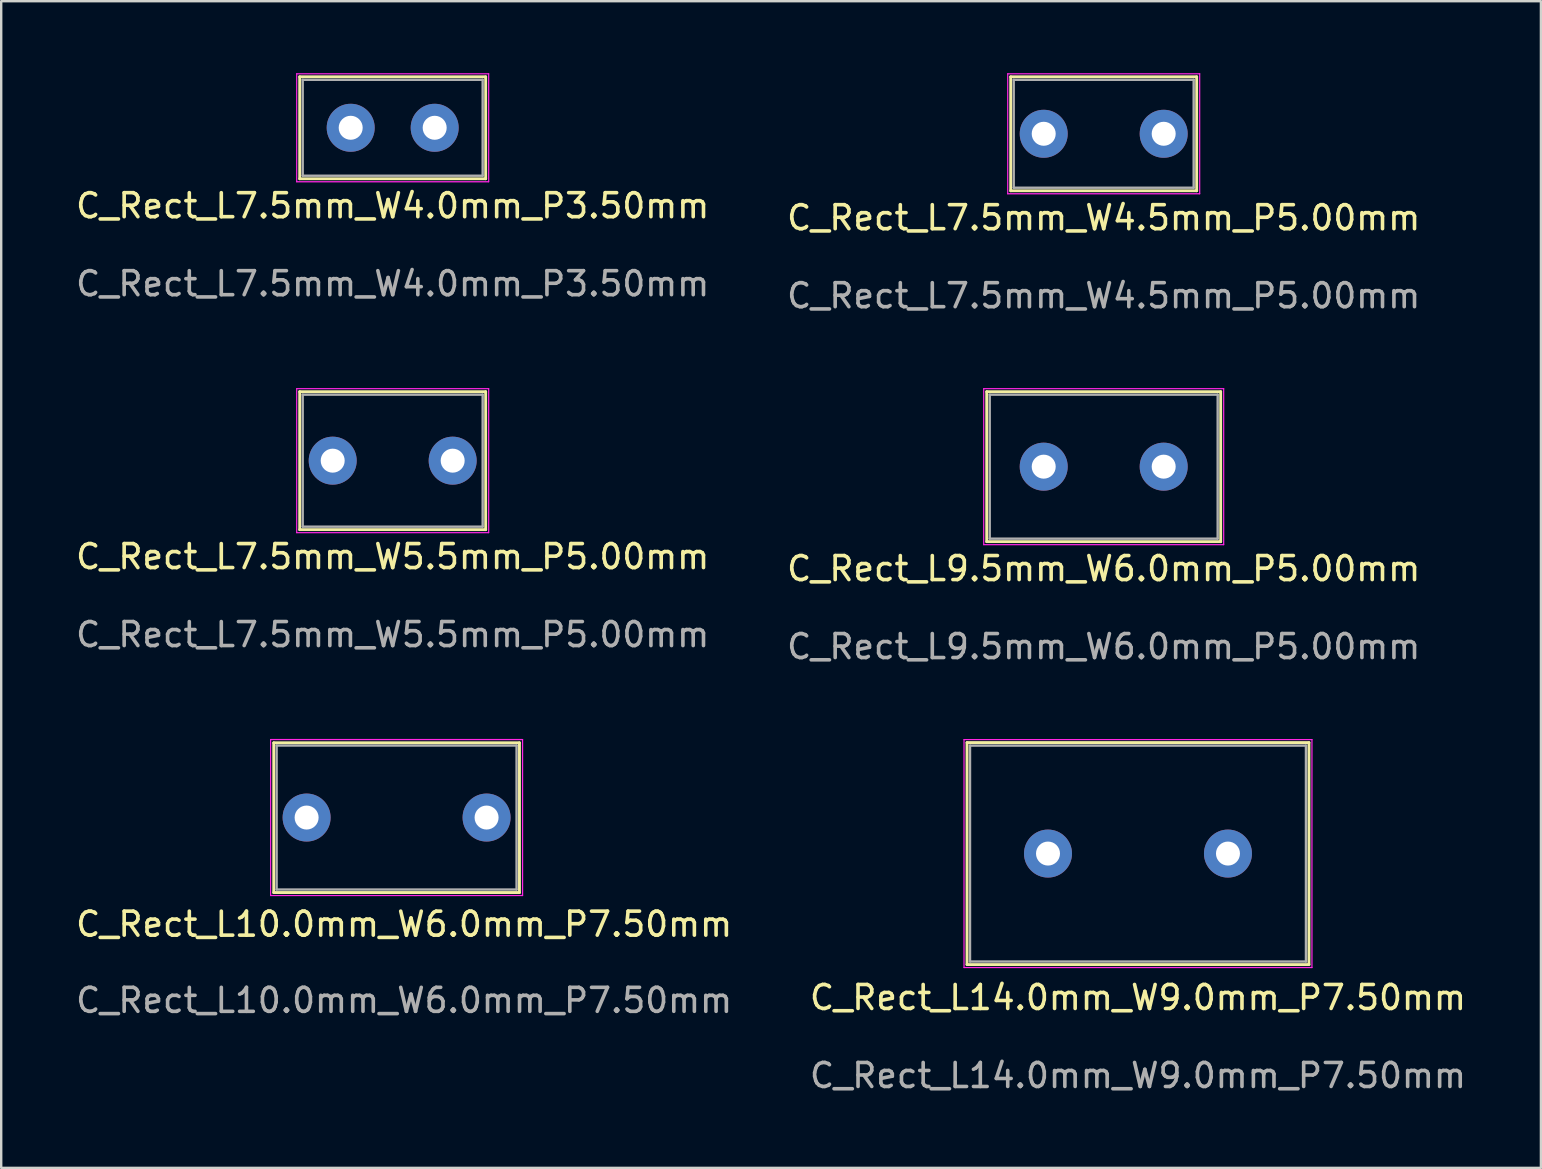
<source format=kicad_pcb>
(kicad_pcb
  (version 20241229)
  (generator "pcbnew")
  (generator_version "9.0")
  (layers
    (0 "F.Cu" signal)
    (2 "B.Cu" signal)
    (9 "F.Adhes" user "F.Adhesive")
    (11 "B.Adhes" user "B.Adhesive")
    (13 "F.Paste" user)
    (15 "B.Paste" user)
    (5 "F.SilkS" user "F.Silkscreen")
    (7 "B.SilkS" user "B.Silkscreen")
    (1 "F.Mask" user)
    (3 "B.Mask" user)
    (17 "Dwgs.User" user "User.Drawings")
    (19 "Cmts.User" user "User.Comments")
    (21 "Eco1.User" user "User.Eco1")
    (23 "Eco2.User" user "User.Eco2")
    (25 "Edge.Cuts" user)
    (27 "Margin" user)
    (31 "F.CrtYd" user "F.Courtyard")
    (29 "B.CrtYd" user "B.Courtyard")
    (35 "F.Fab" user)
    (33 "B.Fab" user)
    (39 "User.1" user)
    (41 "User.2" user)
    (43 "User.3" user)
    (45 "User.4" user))
  (footprint "C_Rect_L7.5mm_W4.5mm_P5.00mm"
    (layer "F.Cu")
    (at 40.446 2.525)
    (property "Reference" "C_Rect_L7.5mm_W4.5mm_P5.00mm" (at 2.5 3.5 0) (unlocked yes) (layer "F.SilkS") (effects (font (size 1 1) (thickness 0.15))))
    (attr through_hole)
    (fp_line (start -1.375 -2.375) (end -1.375 2.375) (stroke (width 0.12) (type solid)) (layer "F.SilkS"))
    (fp_line (start -1.375 -2.375) (end 6.375 -2.375) (stroke (width 0.12) (type solid)) (layer "F.SilkS"))
    (fp_line (start -1.375 2.375) (end 6.375 2.375) (stroke (width 0.12) (type solid)) (layer "F.SilkS"))
    (fp_line (start 6.375 -2.375) (end 6.375 2.375) (stroke (width 0.12) (type solid)) (layer "F.SilkS"))
    (fp_line (start -1.5 -2.5) (end -1.5 2.5) (stroke (width 0.05) (type solid)) (layer "F.CrtYd"))
    (fp_line (start -1.5 2.5) (end 6.5 2.5) (stroke (width 0.05) (type solid)) (layer "F.CrtYd"))
    (fp_line (start 6.5 -2.5) (end -1.5 -2.5) (stroke (width 0.05) (type solid)) (layer "F.CrtYd"))
    (fp_line (start 6.5 2.5) (end 6.5 -2.5) (stroke (width 0.05) (type solid)) (layer "F.CrtYd"))
    (fp_line (start -1.25 -2.25) (end -1.25 2.25) (stroke (width 0.1) (type solid)) (layer "F.Fab"))
    (fp_line (start -1.25 2.25) (end 6.25 2.25) (stroke (width 0.1) (type solid)) (layer "F.Fab"))
    (fp_line (start 6.25 -2.25) (end -1.25 -2.25) (stroke (width 0.1) (type solid)) (layer "F.Fab"))
    (fp_line (start 6.25 2.25) (end 6.25 -2.25) (stroke (width 0.1) (type solid)) (layer "F.Fab"))
    (fp_text user "${REFERENCE}" (at 2.5 6.75 0) (unlocked yes) (layer "F.Fab") (effects (font (size 1 1) (thickness 0.15))))
    (pad "1" thru_hole circle (at 0 0) (size 2 2) (drill 1) (layers "*.Cu" "*.Mask"))
    (pad "2" thru_hole circle (at 5 0) (size 2 2) (drill 1) (layers "*.Cu" "*.Mask")))
  (footprint "C_Rect_L7.5mm_W4.0mm_P3.50mm"
    (layer "F.Cu")
    (at 11.565 2.275)
    (property "Reference" "C_Rect_L7.5mm_W4.0mm_P3.50mm" (at 1.75 3.25 0) (unlocked yes) (layer "F.SilkS") (effects (font (size 1 1) (thickness 0.15))))
    (attr through_hole)
    (fp_line (start -2.125 -2.125) (end -2.125 2.125) (stroke (width 0.12) (type solid)) (layer "F.SilkS"))
    (fp_line (start -2.125 -2.125) (end 5.625 -2.125) (stroke (width 0.12) (type solid)) (layer "F.SilkS"))
    (fp_line (start -2.125 2.125) (end 5.625 2.125) (stroke (width 0.12) (type solid)) (layer "F.SilkS"))
    (fp_line (start 5.625 -2.125) (end 5.625 2.125) (stroke (width 0.12) (type solid)) (layer "F.SilkS"))
    (fp_line (start -2.25 -2.25) (end -2.25 2.25) (stroke (width 0.05) (type solid)) (layer "F.CrtYd"))
    (fp_line (start -2.25 2.25) (end 5.75 2.25) (stroke (width 0.05) (type solid)) (layer "F.CrtYd"))
    (fp_line (start 5.75 -2.25) (end -2.25 -2.25) (stroke (width 0.05) (type solid)) (layer "F.CrtYd"))
    (fp_line (start 5.75 2.25) (end 5.75 -2.25) (stroke (width 0.05) (type solid)) (layer "F.CrtYd"))
    (fp_line (start -2 -2) (end -2 2) (stroke (width 0.1) (type solid)) (layer "F.Fab"))
    (fp_line (start -2 2) (end 5.5 2) (stroke (width 0.1) (type solid)) (layer "F.Fab"))
    (fp_line (start 5.5 -2) (end -2 -2) (stroke (width 0.1) (type solid)) (layer "F.Fab"))
    (fp_line (start 5.5 2) (end 5.5 -2) (stroke (width 0.1) (type solid)) (layer "F.Fab"))
    (fp_text user "${REFERENCE}" (at 1.75 6.5 0) (unlocked yes) (layer "F.Fab") (effects (font (size 1 1) (thickness 0.15))))
    (pad "1" thru_hole circle (at 0 0) (size 2 2) (drill 1) (layers "*.Cu" "*.Mask"))
    (pad "2" thru_hole circle (at 3.5 0) (size 2 2) (drill 1) (layers "*.Cu" "*.Mask")))
  (footprint "C_Rect_L9.5mm_W6.0mm_P5.00mm"
    (layer "F.Cu")
    (at 40.446 16.398)
    (property "Reference" "C_Rect_L9.5mm_W6.0mm_P5.00mm" (at 2.5 4.25 0) (unlocked yes) (layer "F.SilkS") (effects (font (size 1 1) (thickness 0.15))))
    (attr through_hole)
    (fp_line (start -2.375 -3.125) (end -2.375 3.125) (stroke (width 0.12) (type solid)) (layer "F.SilkS"))
    (fp_line (start -2.375 -3.125) (end 7.375 -3.125) (stroke (width 0.12) (type solid)) (layer "F.SilkS"))
    (fp_line (start -2.375 3.125) (end 7.375 3.125) (stroke (width 0.12) (type solid)) (layer "F.SilkS"))
    (fp_line (start 7.375 -3.125) (end 7.375 3.125) (stroke (width 0.12) (type solid)) (layer "F.SilkS"))
    (fp_line (start -2.5 -3.25) (end -2.5 3.25) (stroke (width 0.05) (type solid)) (layer "F.CrtYd"))
    (fp_line (start -2.5 3.25) (end 7.5 3.25) (stroke (width 0.05) (type solid)) (layer "F.CrtYd"))
    (fp_line (start 7.5 -3.25) (end -2.5 -3.25) (stroke (width 0.05) (type solid)) (layer "F.CrtYd"))
    (fp_line (start 7.5 3.25) (end 7.5 -3.25) (stroke (width 0.05) (type solid)) (layer "F.CrtYd"))
    (fp_line (start -2.25 -3) (end -2.25 3) (stroke (width 0.1) (type solid)) (layer "F.Fab"))
    (fp_line (start -2.25 3) (end 7.25 3) (stroke (width 0.1) (type solid)) (layer "F.Fab"))
    (fp_line (start 7.25 -3) (end -2.25 -3) (stroke (width 0.1) (type solid)) (layer "F.Fab"))
    (fp_line (start 7.25 3) (end 7.25 -3) (stroke (width 0.1) (type solid)) (layer "F.Fab"))
    (fp_text user "${REFERENCE}" (at 2.5 7.5 0) (unlocked yes) (layer "F.Fab") (effects (font (size 1 1) (thickness 0.15))))
    (pad "1" thru_hole circle (at 0 0) (size 2 2) (drill 1) (layers "*.Cu" "*.Mask"))
    (pad "2" thru_hole circle (at 5 0) (size 2 2) (drill 1) (layers "*.Cu" "*.Mask")))
  (footprint "C_Rect_L7.5mm_W5.5mm_P5.00mm"
    (layer "F.Cu")
    (at 10.815 16.148)
    (property "Reference" "C_Rect_L7.5mm_W5.5mm_P5.00mm" (at 2.5 4 0) (unlocked yes) (layer "F.SilkS") (effects (font (size 1 1) (thickness 0.15))))
    (attr through_hole)
    (fp_line (start -1.375 -2.875) (end -1.375 2.875) (stroke (width 0.12) (type solid)) (layer "F.SilkS"))
    (fp_line (start -1.375 -2.875) (end 6.375 -2.875) (stroke (width 0.12) (type solid)) (layer "F.SilkS"))
    (fp_line (start -1.375 2.875) (end 6.375 2.875) (stroke (width 0.12) (type solid)) (layer "F.SilkS"))
    (fp_line (start 6.375 -2.875) (end 6.375 2.875) (stroke (width 0.12) (type solid)) (layer "F.SilkS"))
    (fp_line (start -1.5 -3) (end -1.5 3) (stroke (width 0.05) (type solid)) (layer "F.CrtYd"))
    (fp_line (start -1.5 3) (end 6.5 3) (stroke (width 0.05) (type solid)) (layer "F.CrtYd"))
    (fp_line (start 6.5 -3) (end -1.5 -3) (stroke (width 0.05) (type solid)) (layer "F.CrtYd"))
    (fp_line (start 6.5 3) (end 6.5 -3) (stroke (width 0.05) (type solid)) (layer "F.CrtYd"))
    (fp_line (start -1.25 -2.75) (end -1.25 2.75) (stroke (width 0.1) (type solid)) (layer "F.Fab"))
    (fp_line (start -1.25 2.75) (end 6.25 2.75) (stroke (width 0.1) (type solid)) (layer "F.Fab"))
    (fp_line (start 6.25 -2.75) (end -1.25 -2.75) (stroke (width 0.1) (type solid)) (layer "F.Fab"))
    (fp_line (start 6.25 2.75) (end 6.25 -2.75) (stroke (width 0.1) (type solid)) (layer "F.Fab"))
    (fp_text user "${REFERENCE}" (at 2.5 7.25 0) (unlocked yes) (layer "F.Fab") (effects (font (size 1 1) (thickness 0.15))))
    (pad "1" thru_hole circle (at 0 0) (size 2 2) (drill 1) (layers "*.Cu" "*.Mask"))
    (pad "2" thru_hole circle (at 5 0) (size 2 2) (drill 1) (layers "*.Cu" "*.Mask")))
  (footprint "C_Rect_L14.0mm_W9.0mm_P7.50mm"
    (layer "F.Cu")
    (at 40.625 32.522)
    (property "Reference" "C_Rect_L14.0mm_W9.0mm_P7.50mm" (at 3.75 6 0) (unlocked yes) (layer "F.SilkS") (effects (font (size 1 1) (thickness 0.15))))
    (attr through_hole)
    (fp_line (start -3.375 -4.625) (end -3.375 4.625) (stroke (width 0.12) (type solid)) (layer "F.SilkS"))
    (fp_line (start -3.375 -4.625) (end 10.875 -4.625) (stroke (width 0.12) (type solid)) (layer "F.SilkS"))
    (fp_line (start -3.375 4.625) (end 10.875 4.625) (stroke (width 0.12) (type solid)) (layer "F.SilkS"))
    (fp_line (start 10.875 -4.625) (end 10.875 4.625) (stroke (width 0.12) (type solid)) (layer "F.SilkS"))
    (fp_line (start -3.5 -4.75) (end -3.5 4.75) (stroke (width 0.05) (type solid)) (layer "F.CrtYd"))
    (fp_line (start -3.5 4.75) (end 11 4.75) (stroke (width 0.05) (type solid)) (layer "F.CrtYd"))
    (fp_line (start 11 -4.75) (end -3.5 -4.75) (stroke (width 0.05) (type solid)) (layer "F.CrtYd"))
    (fp_line (start 11 4.75) (end 11 -4.75) (stroke (width 0.05) (type solid)) (layer "F.CrtYd"))
    (fp_line (start -3.25 -4.5) (end -3.25 4.5) (stroke (width 0.1) (type solid)) (layer "F.Fab"))
    (fp_line (start -3.25 4.5) (end 10.75 4.5) (stroke (width 0.1) (type solid)) (layer "F.Fab"))
    (fp_line (start 10.75 -4.5) (end -3.25 -4.5) (stroke (width 0.1) (type solid)) (layer "F.Fab"))
    (fp_line (start 10.75 4.5) (end 10.75 -4.5) (stroke (width 0.1) (type solid)) (layer "F.Fab"))
    (fp_text user "${REFERENCE}" (at 3.75 9.25 0) (unlocked yes) (layer "F.Fab") (effects (font (size 1 1) (thickness 0.15))))
    (pad "1" thru_hole circle (at 0 0) (size 2 2) (drill 1) (layers "*.Cu" "*.Mask"))
    (pad "2" thru_hole circle (at 7.5 0) (size 2 2) (drill 1) (layers "*.Cu" "*.Mask")))
  (footprint "C_Rect_L10.0mm_W6.0mm_P7.50mm"
    (layer "F.Cu")
    (at 9.728 31.021)
    (property "Reference" "C_Rect_L10.0mm_W6.0mm_P7.50mm" (at 4.064 4.445 0) (unlocked yes) (layer "F.SilkS") (effects (font (size 1 1) (thickness 0.15))))
    (attr through_hole)
    (fp_line (start -1.37 -3.115) (end -1.37 3.125) (stroke (width 0.12) (type solid)) (layer "F.SilkS"))
    (fp_line (start -1.37 -3.115) (end 8.87 -3.115) (stroke (width 0.12) (type solid)) (layer "F.SilkS"))
    (fp_line (start -1.37 3.125) (end 8.87 3.125) (stroke (width 0.12) (type solid)) (layer "F.SilkS"))
    (fp_line (start 8.87 -3.115) (end 8.87 3.125) (stroke (width 0.12) (type solid)) (layer "F.SilkS"))
    (fp_line (start -1.5 -3.25) (end -1.5 3.25) (stroke (width 0.05) (type solid)) (layer "F.CrtYd"))
    (fp_line (start -1.5 3.25) (end 9 3.25) (stroke (width 0.05) (type solid)) (layer "F.CrtYd"))
    (fp_line (start 9 -3.25) (end -1.5 -3.25) (stroke (width 0.05) (type solid)) (layer "F.CrtYd"))
    (fp_line (start 9 3.25) (end 9 -3.25) (stroke (width 0.05) (type solid)) (layer "F.CrtYd"))
    (fp_line (start -1.25 -3) (end -1.25 3) (stroke (width 0.1) (type solid)) (layer "F.Fab"))
    (fp_line (start -1.25 3) (end 8.75 3) (stroke (width 0.1) (type solid)) (layer "F.Fab"))
    (fp_line (start 8.75 -3) (end -1.25 -3) (stroke (width 0.1) (type solid)) (layer "F.Fab"))
    (fp_line (start 8.75 3) (end 8.75 -3) (stroke (width 0.1) (type solid)) (layer "F.Fab"))
    (fp_text user "${REFERENCE}" (at 4.064 7.62 0) (unlocked yes) (layer "F.Fab") (effects (font (size 1 1) (thickness 0.15))))
    (pad "1" thru_hole circle (at 0 0) (size 2 2) (drill 1) (layers "*.Cu" "*.Mask"))
    (pad "2" thru_hole circle (at 7.5 0) (size 2 2) (drill 1) (layers "*.Cu" "*.Mask")))
  (gr_rect
    (start -3 -3)
    (end 61.167 45.62)
    (stroke (width 0.1) (type default))
    (fill no)
    (layer "Edge.Cuts")))
</source>
